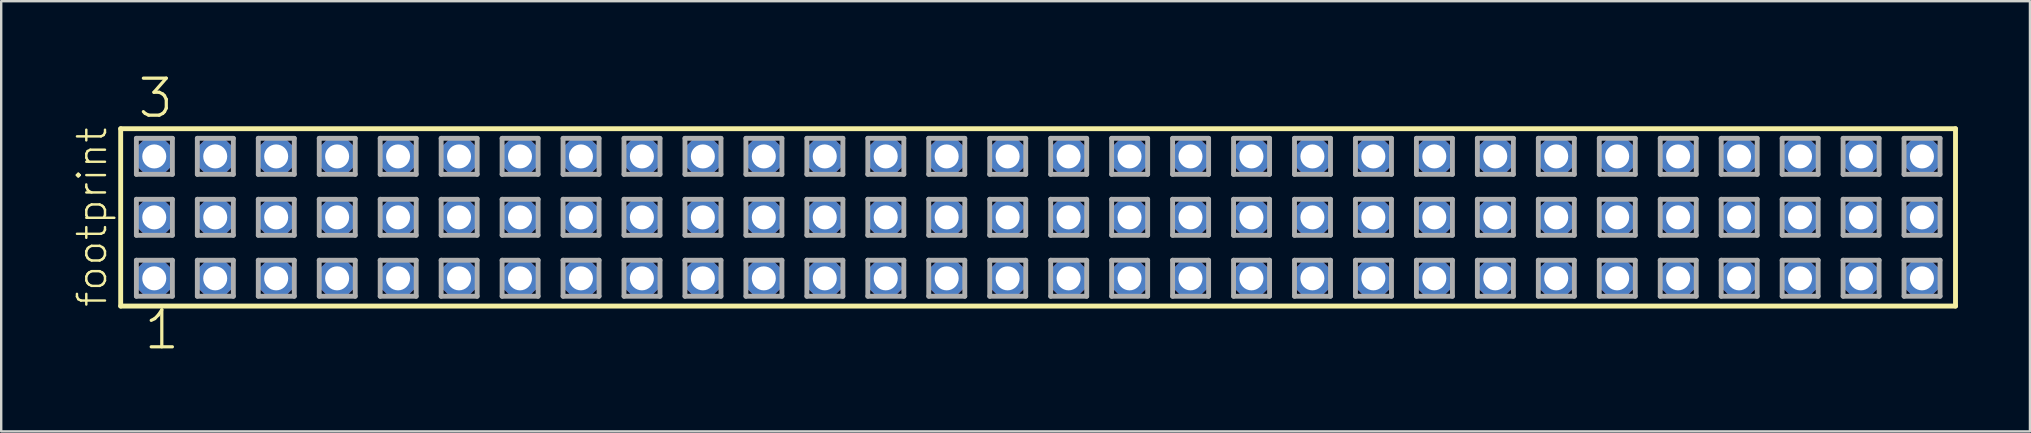
<source format=kicad_pcb>
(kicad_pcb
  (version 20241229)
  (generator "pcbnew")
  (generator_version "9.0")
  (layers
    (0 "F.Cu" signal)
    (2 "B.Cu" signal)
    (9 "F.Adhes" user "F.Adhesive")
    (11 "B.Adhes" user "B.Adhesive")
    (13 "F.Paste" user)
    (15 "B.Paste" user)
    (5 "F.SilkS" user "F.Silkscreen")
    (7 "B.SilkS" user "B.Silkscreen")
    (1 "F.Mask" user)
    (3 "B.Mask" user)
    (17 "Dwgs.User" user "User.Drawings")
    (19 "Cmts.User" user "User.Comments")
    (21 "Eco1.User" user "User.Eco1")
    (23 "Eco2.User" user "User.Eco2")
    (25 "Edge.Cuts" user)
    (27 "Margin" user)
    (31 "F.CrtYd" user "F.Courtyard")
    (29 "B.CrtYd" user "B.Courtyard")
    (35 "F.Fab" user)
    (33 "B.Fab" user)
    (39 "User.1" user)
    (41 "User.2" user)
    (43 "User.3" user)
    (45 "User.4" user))
  (footprint "footprint"
    (layer "F.Cu")
    (at 40.208 6.009)
    (property "Reference" "footprint" (at -38.735 3.81 90) (layer "F.SilkS") (effects (font (size 1.168 1.168) (thickness 0.102)) (justify left bottom)))
    (fp_line (start -38.229 -3.695) (end 38.229 -3.695) (stroke (width 0.203) (type solid)) (layer "F.SilkS"))
    (fp_line (start -38.229 3.695) (end -38.229 -3.695) (stroke (width 0.203) (type solid)) (layer "F.SilkS"))
    (fp_line (start 38.229 -3.695) (end 38.229 3.695) (stroke (width 0.203) (type solid)) (layer "F.SilkS"))
    (fp_line (start 38.229 3.695) (end -38.229 3.695) (stroke (width 0.203) (type solid)) (layer "F.SilkS"))
    (fp_line (start -37.575 -3.295) (end -36.075 -3.295) (stroke (width 0.203) (type solid)) (layer "F.Fab"))
    (fp_line (start -37.575 -1.795) (end -37.575 -3.295) (stroke (width 0.203) (type solid)) (layer "F.Fab"))
    (fp_line (start -37.575 -0.755) (end -36.075 -0.755) (stroke (width 0.203) (type solid)) (layer "F.Fab"))
    (fp_line (start -37.575 0.745) (end -37.575 -0.755) (stroke (width 0.203) (type solid)) (layer "F.Fab"))
    (fp_line (start -37.575 1.785) (end -36.075 1.785) (stroke (width 0.203) (type solid)) (layer "F.Fab"))
    (fp_line (start -37.575 3.285) (end -37.575 1.785) (stroke (width 0.203) (type solid)) (layer "F.Fab"))
    (fp_line (start -36.075 -3.295) (end -36.075 -1.795) (stroke (width 0.203) (type solid)) (layer "F.Fab"))
    (fp_line (start -36.075 -1.795) (end -37.575 -1.795) (stroke (width 0.203) (type solid)) (layer "F.Fab"))
    (fp_line (start -36.075 -0.755) (end -36.075 0.745) (stroke (width 0.203) (type solid)) (layer "F.Fab"))
    (fp_line (start -36.075 0.745) (end -37.575 0.745) (stroke (width 0.203) (type solid)) (layer "F.Fab"))
    (fp_line (start -36.075 1.785) (end -36.075 3.285) (stroke (width 0.203) (type solid)) (layer "F.Fab"))
    (fp_line (start -36.075 3.285) (end -37.575 3.285) (stroke (width 0.203) (type solid)) (layer "F.Fab"))
    (fp_line (start -35.035 -3.295) (end -33.535 -3.295) (stroke (width 0.203) (type solid)) (layer "F.Fab"))
    (fp_line (start -35.035 -1.795) (end -35.035 -3.295) (stroke (width 0.203) (type solid)) (layer "F.Fab"))
    (fp_line (start -35.035 -0.755) (end -33.535 -0.755) (stroke (width 0.203) (type solid)) (layer "F.Fab"))
    (fp_line (start -35.035 0.745) (end -35.035 -0.755) (stroke (width 0.203) (type solid)) (layer "F.Fab"))
    (fp_line (start -35.035 1.785) (end -33.535 1.785) (stroke (width 0.203) (type solid)) (layer "F.Fab"))
    (fp_line (start -35.035 3.285) (end -35.035 1.785) (stroke (width 0.203) (type solid)) (layer "F.Fab"))
    (fp_line (start -33.535 -3.295) (end -33.535 -1.795) (stroke (width 0.203) (type solid)) (layer "F.Fab"))
    (fp_line (start -33.535 -1.795) (end -35.035 -1.795) (stroke (width 0.203) (type solid)) (layer "F.Fab"))
    (fp_line (start -33.535 -0.755) (end -33.535 0.745) (stroke (width 0.203) (type solid)) (layer "F.Fab"))
    (fp_line (start -33.535 0.745) (end -35.035 0.745) (stroke (width 0.203) (type solid)) (layer "F.Fab"))
    (fp_line (start -33.535 1.785) (end -33.535 3.285) (stroke (width 0.203) (type solid)) (layer "F.Fab"))
    (fp_line (start -33.535 3.285) (end -35.035 3.285) (stroke (width 0.203) (type solid)) (layer "F.Fab"))
    (fp_line (start -32.495 -3.295) (end -30.995 -3.295) (stroke (width 0.203) (type solid)) (layer "F.Fab"))
    (fp_line (start -32.495 -1.795) (end -32.495 -3.295) (stroke (width 0.203) (type solid)) (layer "F.Fab"))
    (fp_line (start -32.495 -0.755) (end -30.995 -0.755) (stroke (width 0.203) (type solid)) (layer "F.Fab"))
    (fp_line (start -32.495 0.745) (end -32.495 -0.755) (stroke (width 0.203) (type solid)) (layer "F.Fab"))
    (fp_line (start -32.495 1.785) (end -30.995 1.785) (stroke (width 0.203) (type solid)) (layer "F.Fab"))
    (fp_line (start -32.495 3.285) (end -32.495 1.785) (stroke (width 0.203) (type solid)) (layer "F.Fab"))
    (fp_line (start -30.995 -3.295) (end -30.995 -1.795) (stroke (width 0.203) (type solid)) (layer "F.Fab"))
    (fp_line (start -30.995 -1.795) (end -32.495 -1.795) (stroke (width 0.203) (type solid)) (layer "F.Fab"))
    (fp_line (start -30.995 -0.755) (end -30.995 0.745) (stroke (width 0.203) (type solid)) (layer "F.Fab"))
    (fp_line (start -30.995 0.745) (end -32.495 0.745) (stroke (width 0.203) (type solid)) (layer "F.Fab"))
    (fp_line (start -30.995 1.785) (end -30.995 3.285) (stroke (width 0.203) (type solid)) (layer "F.Fab"))
    (fp_line (start -30.995 3.285) (end -32.495 3.285) (stroke (width 0.203) (type solid)) (layer "F.Fab"))
    (fp_line (start -29.955 -3.295) (end -28.455 -3.295) (stroke (width 0.203) (type solid)) (layer "F.Fab"))
    (fp_line (start -29.955 -1.795) (end -29.955 -3.295) (stroke (width 0.203) (type solid)) (layer "F.Fab"))
    (fp_line (start -29.955 -0.755) (end -28.455 -0.755) (stroke (width 0.203) (type solid)) (layer "F.Fab"))
    (fp_line (start -29.955 0.745) (end -29.955 -0.755) (stroke (width 0.203) (type solid)) (layer "F.Fab"))
    (fp_line (start -29.955 1.785) (end -28.455 1.785) (stroke (width 0.203) (type solid)) (layer "F.Fab"))
    (fp_line (start -29.955 3.285) (end -29.955 1.785) (stroke (width 0.203) (type solid)) (layer "F.Fab"))
    (fp_line (start -28.455 -3.295) (end -28.455 -1.795) (stroke (width 0.203) (type solid)) (layer "F.Fab"))
    (fp_line (start -28.455 -1.795) (end -29.955 -1.795) (stroke (width 0.203) (type solid)) (layer "F.Fab"))
    (fp_line (start -28.455 -0.755) (end -28.455 0.745) (stroke (width 0.203) (type solid)) (layer "F.Fab"))
    (fp_line (start -28.455 0.745) (end -29.955 0.745) (stroke (width 0.203) (type solid)) (layer "F.Fab"))
    (fp_line (start -28.455 1.785) (end -28.455 3.285) (stroke (width 0.203) (type solid)) (layer "F.Fab"))
    (fp_line (start -28.455 3.285) (end -29.955 3.285) (stroke (width 0.203) (type solid)) (layer "F.Fab"))
    (fp_line (start -27.415 -3.295) (end -25.915 -3.295) (stroke (width 0.203) (type solid)) (layer "F.Fab"))
    (fp_line (start -27.415 -1.795) (end -27.415 -3.295) (stroke (width 0.203) (type solid)) (layer "F.Fab"))
    (fp_line (start -27.415 -0.755) (end -25.915 -0.755) (stroke (width 0.203) (type solid)) (layer "F.Fab"))
    (fp_line (start -27.415 0.745) (end -27.415 -0.755) (stroke (width 0.203) (type solid)) (layer "F.Fab"))
    (fp_line (start -27.415 1.785) (end -25.915 1.785) (stroke (width 0.203) (type solid)) (layer "F.Fab"))
    (fp_line (start -27.415 3.285) (end -27.415 1.785) (stroke (width 0.203) (type solid)) (layer "F.Fab"))
    (fp_line (start -25.915 -3.295) (end -25.915 -1.795) (stroke (width 0.203) (type solid)) (layer "F.Fab"))
    (fp_line (start -25.915 -1.795) (end -27.415 -1.795) (stroke (width 0.203) (type solid)) (layer "F.Fab"))
    (fp_line (start -25.915 -0.755) (end -25.915 0.745) (stroke (width 0.203) (type solid)) (layer "F.Fab"))
    (fp_line (start -25.915 0.745) (end -27.415 0.745) (stroke (width 0.203) (type solid)) (layer "F.Fab"))
    (fp_line (start -25.915 1.785) (end -25.915 3.285) (stroke (width 0.203) (type solid)) (layer "F.Fab"))
    (fp_line (start -25.915 3.285) (end -27.415 3.285) (stroke (width 0.203) (type solid)) (layer "F.Fab"))
    (fp_line (start -24.875 -3.295) (end -23.375 -3.295) (stroke (width 0.203) (type solid)) (layer "F.Fab"))
    (fp_line (start -24.875 -1.795) (end -24.875 -3.295) (stroke (width 0.203) (type solid)) (layer "F.Fab"))
    (fp_line (start -24.875 -0.755) (end -23.375 -0.755) (stroke (width 0.203) (type solid)) (layer "F.Fab"))
    (fp_line (start -24.875 0.745) (end -24.875 -0.755) (stroke (width 0.203) (type solid)) (layer "F.Fab"))
    (fp_line (start -24.875 1.785) (end -23.375 1.785) (stroke (width 0.203) (type solid)) (layer "F.Fab"))
    (fp_line (start -24.875 3.285) (end -24.875 1.785) (stroke (width 0.203) (type solid)) (layer "F.Fab"))
    (fp_line (start -23.375 -3.295) (end -23.375 -1.795) (stroke (width 0.203) (type solid)) (layer "F.Fab"))
    (fp_line (start -23.375 -1.795) (end -24.875 -1.795) (stroke (width 0.203) (type solid)) (layer "F.Fab"))
    (fp_line (start -23.375 -0.755) (end -23.375 0.745) (stroke (width 0.203) (type solid)) (layer "F.Fab"))
    (fp_line (start -23.375 0.745) (end -24.875 0.745) (stroke (width 0.203) (type solid)) (layer "F.Fab"))
    (fp_line (start -23.375 1.785) (end -23.375 3.285) (stroke (width 0.203) (type solid)) (layer "F.Fab"))
    (fp_line (start -23.375 3.285) (end -24.875 3.285) (stroke (width 0.203) (type solid)) (layer "F.Fab"))
    (fp_line (start -22.335 -3.295) (end -20.835 -3.295) (stroke (width 0.203) (type solid)) (layer "F.Fab"))
    (fp_line (start -22.335 -1.795) (end -22.335 -3.295) (stroke (width 0.203) (type solid)) (layer "F.Fab"))
    (fp_line (start -22.335 -0.755) (end -20.835 -0.755) (stroke (width 0.203) (type solid)) (layer "F.Fab"))
    (fp_line (start -22.335 0.745) (end -22.335 -0.755) (stroke (width 0.203) (type solid)) (layer "F.Fab"))
    (fp_line (start -22.335 1.785) (end -20.835 1.785) (stroke (width 0.203) (type solid)) (layer "F.Fab"))
    (fp_line (start -22.335 3.285) (end -22.335 1.785) (stroke (width 0.203) (type solid)) (layer "F.Fab"))
    (fp_line (start -20.835 -3.295) (end -20.835 -1.795) (stroke (width 0.203) (type solid)) (layer "F.Fab"))
    (fp_line (start -20.835 -1.795) (end -22.335 -1.795) (stroke (width 0.203) (type solid)) (layer "F.Fab"))
    (fp_line (start -20.835 -0.755) (end -20.835 0.745) (stroke (width 0.203) (type solid)) (layer "F.Fab"))
    (fp_line (start -20.835 0.745) (end -22.335 0.745) (stroke (width 0.203) (type solid)) (layer "F.Fab"))
    (fp_line (start -20.835 1.785) (end -20.835 3.285) (stroke (width 0.203) (type solid)) (layer "F.Fab"))
    (fp_line (start -20.835 3.285) (end -22.335 3.285) (stroke (width 0.203) (type solid)) (layer "F.Fab"))
    (fp_line (start -19.795 -3.295) (end -18.295 -3.295) (stroke (width 0.203) (type solid)) (layer "F.Fab"))
    (fp_line (start -19.795 -1.795) (end -19.795 -3.295) (stroke (width 0.203) (type solid)) (layer "F.Fab"))
    (fp_line (start -19.795 -0.755) (end -18.295 -0.755) (stroke (width 0.203) (type solid)) (layer "F.Fab"))
    (fp_line (start -19.795 0.745) (end -19.795 -0.755) (stroke (width 0.203) (type solid)) (layer "F.Fab"))
    (fp_line (start -19.795 1.785) (end -18.295 1.785) (stroke (width 0.203) (type solid)) (layer "F.Fab"))
    (fp_line (start -19.795 3.285) (end -19.795 1.785) (stroke (width 0.203) (type solid)) (layer "F.Fab"))
    (fp_line (start -18.295 -3.295) (end -18.295 -1.795) (stroke (width 0.203) (type solid)) (layer "F.Fab"))
    (fp_line (start -18.295 -1.795) (end -19.795 -1.795) (stroke (width 0.203) (type solid)) (layer "F.Fab"))
    (fp_line (start -18.295 -0.755) (end -18.295 0.745) (stroke (width 0.203) (type solid)) (layer "F.Fab"))
    (fp_line (start -18.295 0.745) (end -19.795 0.745) (stroke (width 0.203) (type solid)) (layer "F.Fab"))
    (fp_line (start -18.295 1.785) (end -18.295 3.285) (stroke (width 0.203) (type solid)) (layer "F.Fab"))
    (fp_line (start -18.295 3.285) (end -19.795 3.285) (stroke (width 0.203) (type solid)) (layer "F.Fab"))
    (fp_line (start -17.255 -3.295) (end -15.755 -3.295) (stroke (width 0.203) (type solid)) (layer "F.Fab"))
    (fp_line (start -17.255 -1.795) (end -17.255 -3.295) (stroke (width 0.203) (type solid)) (layer "F.Fab"))
    (fp_line (start -17.255 -0.755) (end -15.755 -0.755) (stroke (width 0.203) (type solid)) (layer "F.Fab"))
    (fp_line (start -17.255 0.745) (end -17.255 -0.755) (stroke (width 0.203) (type solid)) (layer "F.Fab"))
    (fp_line (start -17.255 1.785) (end -15.755 1.785) (stroke (width 0.203) (type solid)) (layer "F.Fab"))
    (fp_line (start -17.255 3.285) (end -17.255 1.785) (stroke (width 0.203) (type solid)) (layer "F.Fab"))
    (fp_line (start -15.755 -3.295) (end -15.755 -1.795) (stroke (width 0.203) (type solid)) (layer "F.Fab"))
    (fp_line (start -15.755 -1.795) (end -17.255 -1.795) (stroke (width 0.203) (type solid)) (layer "F.Fab"))
    (fp_line (start -15.755 -0.755) (end -15.755 0.745) (stroke (width 0.203) (type solid)) (layer "F.Fab"))
    (fp_line (start -15.755 0.745) (end -17.255 0.745) (stroke (width 0.203) (type solid)) (layer "F.Fab"))
    (fp_line (start -15.755 1.785) (end -15.755 3.285) (stroke (width 0.203) (type solid)) (layer "F.Fab"))
    (fp_line (start -15.755 3.285) (end -17.255 3.285) (stroke (width 0.203) (type solid)) (layer "F.Fab"))
    (fp_line (start -14.715 -3.295) (end -13.215 -3.295) (stroke (width 0.203) (type solid)) (layer "F.Fab"))
    (fp_line (start -14.715 -1.795) (end -14.715 -3.295) (stroke (width 0.203) (type solid)) (layer "F.Fab"))
    (fp_line (start -14.715 -0.755) (end -13.215 -0.755) (stroke (width 0.203) (type solid)) (layer "F.Fab"))
    (fp_line (start -14.715 0.745) (end -14.715 -0.755) (stroke (width 0.203) (type solid)) (layer "F.Fab"))
    (fp_line (start -14.715 1.785) (end -13.215 1.785) (stroke (width 0.203) (type solid)) (layer "F.Fab"))
    (fp_line (start -14.715 3.285) (end -14.715 1.785) (stroke (width 0.203) (type solid)) (layer "F.Fab"))
    (fp_line (start -13.215 -3.295) (end -13.215 -1.795) (stroke (width 0.203) (type solid)) (layer "F.Fab"))
    (fp_line (start -13.215 -1.795) (end -14.715 -1.795) (stroke (width 0.203) (type solid)) (layer "F.Fab"))
    (fp_line (start -13.215 -0.755) (end -13.215 0.745) (stroke (width 0.203) (type solid)) (layer "F.Fab"))
    (fp_line (start -13.215 0.745) (end -14.715 0.745) (stroke (width 0.203) (type solid)) (layer "F.Fab"))
    (fp_line (start -13.215 1.785) (end -13.215 3.285) (stroke (width 0.203) (type solid)) (layer "F.Fab"))
    (fp_line (start -13.215 3.285) (end -14.715 3.285) (stroke (width 0.203) (type solid)) (layer "F.Fab"))
    (fp_line (start -12.175 -3.295) (end -10.675 -3.295) (stroke (width 0.203) (type solid)) (layer "F.Fab"))
    (fp_line (start -12.175 -1.795) (end -12.175 -3.295) (stroke (width 0.203) (type solid)) (layer "F.Fab"))
    (fp_line (start -12.175 -0.755) (end -10.675 -0.755) (stroke (width 0.203) (type solid)) (layer "F.Fab"))
    (fp_line (start -12.175 0.745) (end -12.175 -0.755) (stroke (width 0.203) (type solid)) (layer "F.Fab"))
    (fp_line (start -12.175 1.785) (end -10.675 1.785) (stroke (width 0.203) (type solid)) (layer "F.Fab"))
    (fp_line (start -12.175 3.285) (end -12.175 1.785) (stroke (width 0.203) (type solid)) (layer "F.Fab"))
    (fp_line (start -10.675 -3.295) (end -10.675 -1.795) (stroke (width 0.203) (type solid)) (layer "F.Fab"))
    (fp_line (start -10.675 -1.795) (end -12.175 -1.795) (stroke (width 0.203) (type solid)) (layer "F.Fab"))
    (fp_line (start -10.675 -0.755) (end -10.675 0.745) (stroke (width 0.203) (type solid)) (layer "F.Fab"))
    (fp_line (start -10.675 0.745) (end -12.175 0.745) (stroke (width 0.203) (type solid)) (layer "F.Fab"))
    (fp_line (start -10.675 1.785) (end -10.675 3.285) (stroke (width 0.203) (type solid)) (layer "F.Fab"))
    (fp_line (start -10.675 3.285) (end -12.175 3.285) (stroke (width 0.203) (type solid)) (layer "F.Fab"))
    (fp_line (start -9.635 -3.295) (end -8.135 -3.295) (stroke (width 0.203) (type solid)) (layer "F.Fab"))
    (fp_line (start -9.635 -1.795) (end -9.635 -3.295) (stroke (width 0.203) (type solid)) (layer "F.Fab"))
    (fp_line (start -9.635 -0.755) (end -8.135 -0.755) (stroke (width 0.203) (type solid)) (layer "F.Fab"))
    (fp_line (start -9.635 0.745) (end -9.635 -0.755) (stroke (width 0.203) (type solid)) (layer "F.Fab"))
    (fp_line (start -9.635 1.785) (end -8.135 1.785) (stroke (width 0.203) (type solid)) (layer "F.Fab"))
    (fp_line (start -9.635 3.285) (end -9.635 1.785) (stroke (width 0.203) (type solid)) (layer "F.Fab"))
    (fp_line (start -8.135 -3.295) (end -8.135 -1.795) (stroke (width 0.203) (type solid)) (layer "F.Fab"))
    (fp_line (start -8.135 -1.795) (end -9.635 -1.795) (stroke (width 0.203) (type solid)) (layer "F.Fab"))
    (fp_line (start -8.135 -0.755) (end -8.135 0.745) (stroke (width 0.203) (type solid)) (layer "F.Fab"))
    (fp_line (start -8.135 0.745) (end -9.635 0.745) (stroke (width 0.203) (type solid)) (layer "F.Fab"))
    (fp_line (start -8.135 1.785) (end -8.135 3.285) (stroke (width 0.203) (type solid)) (layer "F.Fab"))
    (fp_line (start -8.135 3.285) (end -9.635 3.285) (stroke (width 0.203) (type solid)) (layer "F.Fab"))
    (fp_line (start -7.095 -3.295) (end -5.595 -3.295) (stroke (width 0.203) (type solid)) (layer "F.Fab"))
    (fp_line (start -7.095 -1.795) (end -7.095 -3.295) (stroke (width 0.203) (type solid)) (layer "F.Fab"))
    (fp_line (start -7.095 -0.755) (end -5.595 -0.755) (stroke (width 0.203) (type solid)) (layer "F.Fab"))
    (fp_line (start -7.095 0.745) (end -7.095 -0.755) (stroke (width 0.203) (type solid)) (layer "F.Fab"))
    (fp_line (start -7.095 1.785) (end -5.595 1.785) (stroke (width 0.203) (type solid)) (layer "F.Fab"))
    (fp_line (start -7.095 3.285) (end -7.095 1.785) (stroke (width 0.203) (type solid)) (layer "F.Fab"))
    (fp_line (start -5.595 -3.295) (end -5.595 -1.795) (stroke (width 0.203) (type solid)) (layer "F.Fab"))
    (fp_line (start -5.595 -1.795) (end -7.095 -1.795) (stroke (width 0.203) (type solid)) (layer "F.Fab"))
    (fp_line (start -5.595 -0.755) (end -5.595 0.745) (stroke (width 0.203) (type solid)) (layer "F.Fab"))
    (fp_line (start -5.595 0.745) (end -7.095 0.745) (stroke (width 0.203) (type solid)) (layer "F.Fab"))
    (fp_line (start -5.595 1.785) (end -5.595 3.285) (stroke (width 0.203) (type solid)) (layer "F.Fab"))
    (fp_line (start -5.595 3.285) (end -7.095 3.285) (stroke (width 0.203) (type solid)) (layer "F.Fab"))
    (fp_line (start -4.555 -3.295) (end -3.055 -3.295) (stroke (width 0.203) (type solid)) (layer "F.Fab"))
    (fp_line (start -4.555 -1.795) (end -4.555 -3.295) (stroke (width 0.203) (type solid)) (layer "F.Fab"))
    (fp_line (start -4.555 -0.755) (end -3.055 -0.755) (stroke (width 0.203) (type solid)) (layer "F.Fab"))
    (fp_line (start -4.555 0.745) (end -4.555 -0.755) (stroke (width 0.203) (type solid)) (layer "F.Fab"))
    (fp_line (start -4.555 1.785) (end -3.055 1.785) (stroke (width 0.203) (type solid)) (layer "F.Fab"))
    (fp_line (start -4.555 3.285) (end -4.555 1.785) (stroke (width 0.203) (type solid)) (layer "F.Fab"))
    (fp_line (start -3.055 -3.295) (end -3.055 -1.795) (stroke (width 0.203) (type solid)) (layer "F.Fab"))
    (fp_line (start -3.055 -1.795) (end -4.555 -1.795) (stroke (width 0.203) (type solid)) (layer "F.Fab"))
    (fp_line (start -3.055 -0.755) (end -3.055 0.745) (stroke (width 0.203) (type solid)) (layer "F.Fab"))
    (fp_line (start -3.055 0.745) (end -4.555 0.745) (stroke (width 0.203) (type solid)) (layer "F.Fab"))
    (fp_line (start -3.055 1.785) (end -3.055 3.285) (stroke (width 0.203) (type solid)) (layer "F.Fab"))
    (fp_line (start -3.055 3.285) (end -4.555 3.285) (stroke (width 0.203) (type solid)) (layer "F.Fab"))
    (fp_line (start -2.015 -3.295) (end -0.515 -3.295) (stroke (width 0.203) (type solid)) (layer "F.Fab"))
    (fp_line (start -2.015 -1.795) (end -2.015 -3.295) (stroke (width 0.203) (type solid)) (layer "F.Fab"))
    (fp_line (start -2.015 -0.755) (end -0.515 -0.755) (stroke (width 0.203) (type solid)) (layer "F.Fab"))
    (fp_line (start -2.015 0.745) (end -2.015 -0.755) (stroke (width 0.203) (type solid)) (layer "F.Fab"))
    (fp_line (start -2.015 1.785) (end -0.515 1.785) (stroke (width 0.203) (type solid)) (layer "F.Fab"))
    (fp_line (start -2.015 3.285) (end -2.015 1.785) (stroke (width 0.203) (type solid)) (layer "F.Fab"))
    (fp_line (start -0.515 -3.295) (end -0.515 -1.795) (stroke (width 0.203) (type solid)) (layer "F.Fab"))
    (fp_line (start -0.515 -1.795) (end -2.015 -1.795) (stroke (width 0.203) (type solid)) (layer "F.Fab"))
    (fp_line (start -0.515 -0.755) (end -0.515 0.745) (stroke (width 0.203) (type solid)) (layer "F.Fab"))
    (fp_line (start -0.515 0.745) (end -2.015 0.745) (stroke (width 0.203) (type solid)) (layer "F.Fab"))
    (fp_line (start -0.515 1.785) (end -0.515 3.285) (stroke (width 0.203) (type solid)) (layer "F.Fab"))
    (fp_line (start -0.515 3.285) (end -2.015 3.285) (stroke (width 0.203) (type solid)) (layer "F.Fab"))
    (fp_line (start 0.525 -3.295) (end 2.025 -3.295) (stroke (width 0.203) (type solid)) (layer "F.Fab"))
    (fp_line (start 0.525 -1.795) (end 0.525 -3.295) (stroke (width 0.203) (type solid)) (layer "F.Fab"))
    (fp_line (start 0.525 -0.755) (end 2.025 -0.755) (stroke (width 0.203) (type solid)) (layer "F.Fab"))
    (fp_line (start 0.525 0.745) (end 0.525 -0.755) (stroke (width 0.203) (type solid)) (layer "F.Fab"))
    (fp_line (start 0.525 1.785) (end 2.025 1.785) (stroke (width 0.203) (type solid)) (layer "F.Fab"))
    (fp_line (start 0.525 3.285) (end 0.525 1.785) (stroke (width 0.203) (type solid)) (layer "F.Fab"))
    (fp_line (start 2.025 -3.295) (end 2.025 -1.795) (stroke (width 0.203) (type solid)) (layer "F.Fab"))
    (fp_line (start 2.025 -1.795) (end 0.525 -1.795) (stroke (width 0.203) (type solid)) (layer "F.Fab"))
    (fp_line (start 2.025 -0.755) (end 2.025 0.745) (stroke (width 0.203) (type solid)) (layer "F.Fab"))
    (fp_line (start 2.025 0.745) (end 0.525 0.745) (stroke (width 0.203) (type solid)) (layer "F.Fab"))
    (fp_line (start 2.025 1.785) (end 2.025 3.285) (stroke (width 0.203) (type solid)) (layer "F.Fab"))
    (fp_line (start 2.025 3.285) (end 0.525 3.285) (stroke (width 0.203) (type solid)) (layer "F.Fab"))
    (fp_line (start 3.065 -3.295) (end 4.565 -3.295) (stroke (width 0.203) (type solid)) (layer "F.Fab"))
    (fp_line (start 3.065 -1.795) (end 3.065 -3.295) (stroke (width 0.203) (type solid)) (layer "F.Fab"))
    (fp_line (start 3.065 -0.755) (end 4.565 -0.755) (stroke (width 0.203) (type solid)) (layer "F.Fab"))
    (fp_line (start 3.065 0.745) (end 3.065 -0.755) (stroke (width 0.203) (type solid)) (layer "F.Fab"))
    (fp_line (start 3.065 1.785) (end 4.565 1.785) (stroke (width 0.203) (type solid)) (layer "F.Fab"))
    (fp_line (start 3.065 3.285) (end 3.065 1.785) (stroke (width 0.203) (type solid)) (layer "F.Fab"))
    (fp_line (start 4.565 -3.295) (end 4.565 -1.795) (stroke (width 0.203) (type solid)) (layer "F.Fab"))
    (fp_line (start 4.565 -1.795) (end 3.065 -1.795) (stroke (width 0.203) (type solid)) (layer "F.Fab"))
    (fp_line (start 4.565 -0.755) (end 4.565 0.745) (stroke (width 0.203) (type solid)) (layer "F.Fab"))
    (fp_line (start 4.565 0.745) (end 3.065 0.745) (stroke (width 0.203) (type solid)) (layer "F.Fab"))
    (fp_line (start 4.565 1.785) (end 4.565 3.285) (stroke (width 0.203) (type solid)) (layer "F.Fab"))
    (fp_line (start 4.565 3.285) (end 3.065 3.285) (stroke (width 0.203) (type solid)) (layer "F.Fab"))
    (fp_line (start 5.605 -3.295) (end 7.105 -3.295) (stroke (width 0.203) (type solid)) (layer "F.Fab"))
    (fp_line (start 5.605 -1.795) (end 5.605 -3.295) (stroke (width 0.203) (type solid)) (layer "F.Fab"))
    (fp_line (start 5.605 -0.755) (end 7.105 -0.755) (stroke (width 0.203) (type solid)) (layer "F.Fab"))
    (fp_line (start 5.605 0.745) (end 5.605 -0.755) (stroke (width 0.203) (type solid)) (layer "F.Fab"))
    (fp_line (start 5.605 1.785) (end 7.105 1.785) (stroke (width 0.203) (type solid)) (layer "F.Fab"))
    (fp_line (start 5.605 3.285) (end 5.605 1.785) (stroke (width 0.203) (type solid)) (layer "F.Fab"))
    (fp_line (start 7.105 -3.295) (end 7.105 -1.795) (stroke (width 0.203) (type solid)) (layer "F.Fab"))
    (fp_line (start 7.105 -1.795) (end 5.605 -1.795) (stroke (width 0.203) (type solid)) (layer "F.Fab"))
    (fp_line (start 7.105 -0.755) (end 7.105 0.745) (stroke (width 0.203) (type solid)) (layer "F.Fab"))
    (fp_line (start 7.105 0.745) (end 5.605 0.745) (stroke (width 0.203) (type solid)) (layer "F.Fab"))
    (fp_line (start 7.105 1.785) (end 7.105 3.285) (stroke (width 0.203) (type solid)) (layer "F.Fab"))
    (fp_line (start 7.105 3.285) (end 5.605 3.285) (stroke (width 0.203) (type solid)) (layer "F.Fab"))
    (fp_line (start 8.145 -3.295) (end 9.645 -3.295) (stroke (width 0.203) (type solid)) (layer "F.Fab"))
    (fp_line (start 8.145 -1.795) (end 8.145 -3.295) (stroke (width 0.203) (type solid)) (layer "F.Fab"))
    (fp_line (start 8.145 -0.755) (end 9.645 -0.755) (stroke (width 0.203) (type solid)) (layer "F.Fab"))
    (fp_line (start 8.145 0.745) (end 8.145 -0.755) (stroke (width 0.203) (type solid)) (layer "F.Fab"))
    (fp_line (start 8.145 1.785) (end 9.645 1.785) (stroke (width 0.203) (type solid)) (layer "F.Fab"))
    (fp_line (start 8.145 3.285) (end 8.145 1.785) (stroke (width 0.203) (type solid)) (layer "F.Fab"))
    (fp_line (start 9.645 -3.295) (end 9.645 -1.795) (stroke (width 0.203) (type solid)) (layer "F.Fab"))
    (fp_line (start 9.645 -1.795) (end 8.145 -1.795) (stroke (width 0.203) (type solid)) (layer "F.Fab"))
    (fp_line (start 9.645 -0.755) (end 9.645 0.745) (stroke (width 0.203) (type solid)) (layer "F.Fab"))
    (fp_line (start 9.645 0.745) (end 8.145 0.745) (stroke (width 0.203) (type solid)) (layer "F.Fab"))
    (fp_line (start 9.645 1.785) (end 9.645 3.285) (stroke (width 0.203) (type solid)) (layer "F.Fab"))
    (fp_line (start 9.645 3.285) (end 8.145 3.285) (stroke (width 0.203) (type solid)) (layer "F.Fab"))
    (fp_line (start 10.685 -3.295) (end 12.185 -3.295) (stroke (width 0.203) (type solid)) (layer "F.Fab"))
    (fp_line (start 10.685 -1.795) (end 10.685 -3.295) (stroke (width 0.203) (type solid)) (layer "F.Fab"))
    (fp_line (start 10.685 -0.755) (end 12.185 -0.755) (stroke (width 0.203) (type solid)) (layer "F.Fab"))
    (fp_line (start 10.685 0.745) (end 10.685 -0.755) (stroke (width 0.203) (type solid)) (layer "F.Fab"))
    (fp_line (start 10.685 1.785) (end 12.185 1.785) (stroke (width 0.203) (type solid)) (layer "F.Fab"))
    (fp_line (start 10.685 3.285) (end 10.685 1.785) (stroke (width 0.203) (type solid)) (layer "F.Fab"))
    (fp_line (start 12.185 -3.295) (end 12.185 -1.795) (stroke (width 0.203) (type solid)) (layer "F.Fab"))
    (fp_line (start 12.185 -1.795) (end 10.685 -1.795) (stroke (width 0.203) (type solid)) (layer "F.Fab"))
    (fp_line (start 12.185 -0.755) (end 12.185 0.745) (stroke (width 0.203) (type solid)) (layer "F.Fab"))
    (fp_line (start 12.185 0.745) (end 10.685 0.745) (stroke (width 0.203) (type solid)) (layer "F.Fab"))
    (fp_line (start 12.185 1.785) (end 12.185 3.285) (stroke (width 0.203) (type solid)) (layer "F.Fab"))
    (fp_line (start 12.185 3.285) (end 10.685 3.285) (stroke (width 0.203) (type solid)) (layer "F.Fab"))
    (fp_line (start 13.225 -3.295) (end 14.725 -3.295) (stroke (width 0.203) (type solid)) (layer "F.Fab"))
    (fp_line (start 13.225 -1.795) (end 13.225 -3.295) (stroke (width 0.203) (type solid)) (layer "F.Fab"))
    (fp_line (start 13.225 -0.755) (end 14.725 -0.755) (stroke (width 0.203) (type solid)) (layer "F.Fab"))
    (fp_line (start 13.225 0.745) (end 13.225 -0.755) (stroke (width 0.203) (type solid)) (layer "F.Fab"))
    (fp_line (start 13.225 1.785) (end 14.725 1.785) (stroke (width 0.203) (type solid)) (layer "F.Fab"))
    (fp_line (start 13.225 3.285) (end 13.225 1.785) (stroke (width 0.203) (type solid)) (layer "F.Fab"))
    (fp_line (start 14.725 -3.295) (end 14.725 -1.795) (stroke (width 0.203) (type solid)) (layer "F.Fab"))
    (fp_line (start 14.725 -1.795) (end 13.225 -1.795) (stroke (width 0.203) (type solid)) (layer "F.Fab"))
    (fp_line (start 14.725 -0.755) (end 14.725 0.745) (stroke (width 0.203) (type solid)) (layer "F.Fab"))
    (fp_line (start 14.725 0.745) (end 13.225 0.745) (stroke (width 0.203) (type solid)) (layer "F.Fab"))
    (fp_line (start 14.725 1.785) (end 14.725 3.285) (stroke (width 0.203) (type solid)) (layer "F.Fab"))
    (fp_line (start 14.725 3.285) (end 13.225 3.285) (stroke (width 0.203) (type solid)) (layer "F.Fab"))
    (fp_line (start 15.765 -3.295) (end 17.265 -3.295) (stroke (width 0.203) (type solid)) (layer "F.Fab"))
    (fp_line (start 15.765 -1.795) (end 15.765 -3.295) (stroke (width 0.203) (type solid)) (layer "F.Fab"))
    (fp_line (start 15.765 -0.755) (end 17.265 -0.755) (stroke (width 0.203) (type solid)) (layer "F.Fab"))
    (fp_line (start 15.765 0.745) (end 15.765 -0.755) (stroke (width 0.203) (type solid)) (layer "F.Fab"))
    (fp_line (start 15.765 1.785) (end 17.265 1.785) (stroke (width 0.203) (type solid)) (layer "F.Fab"))
    (fp_line (start 15.765 3.285) (end 15.765 1.785) (stroke (width 0.203) (type solid)) (layer "F.Fab"))
    (fp_line (start 17.265 -3.295) (end 17.265 -1.795) (stroke (width 0.203) (type solid)) (layer "F.Fab"))
    (fp_line (start 17.265 -1.795) (end 15.765 -1.795) (stroke (width 0.203) (type solid)) (layer "F.Fab"))
    (fp_line (start 17.265 -0.755) (end 17.265 0.745) (stroke (width 0.203) (type solid)) (layer "F.Fab"))
    (fp_line (start 17.265 0.745) (end 15.765 0.745) (stroke (width 0.203) (type solid)) (layer "F.Fab"))
    (fp_line (start 17.265 1.785) (end 17.265 3.285) (stroke (width 0.203) (type solid)) (layer "F.Fab"))
    (fp_line (start 17.265 3.285) (end 15.765 3.285) (stroke (width 0.203) (type solid)) (layer "F.Fab"))
    (fp_line (start 18.305 -3.295) (end 19.805 -3.295) (stroke (width 0.203) (type solid)) (layer "F.Fab"))
    (fp_line (start 18.305 -1.795) (end 18.305 -3.295) (stroke (width 0.203) (type solid)) (layer "F.Fab"))
    (fp_line (start 18.305 -0.755) (end 19.805 -0.755) (stroke (width 0.203) (type solid)) (layer "F.Fab"))
    (fp_line (start 18.305 0.745) (end 18.305 -0.755) (stroke (width 0.203) (type solid)) (layer "F.Fab"))
    (fp_line (start 18.305 1.785) (end 19.805 1.785) (stroke (width 0.203) (type solid)) (layer "F.Fab"))
    (fp_line (start 18.305 3.285) (end 18.305 1.785) (stroke (width 0.203) (type solid)) (layer "F.Fab"))
    (fp_line (start 19.805 -3.295) (end 19.805 -1.795) (stroke (width 0.203) (type solid)) (layer "F.Fab"))
    (fp_line (start 19.805 -1.795) (end 18.305 -1.795) (stroke (width 0.203) (type solid)) (layer "F.Fab"))
    (fp_line (start 19.805 -0.755) (end 19.805 0.745) (stroke (width 0.203) (type solid)) (layer "F.Fab"))
    (fp_line (start 19.805 0.745) (end 18.305 0.745) (stroke (width 0.203) (type solid)) (layer "F.Fab"))
    (fp_line (start 19.805 1.785) (end 19.805 3.285) (stroke (width 0.203) (type solid)) (layer "F.Fab"))
    (fp_line (start 19.805 3.285) (end 18.305 3.285) (stroke (width 0.203) (type solid)) (layer "F.Fab"))
    (fp_line (start 20.845 -3.295) (end 22.345 -3.295) (stroke (width 0.203) (type solid)) (layer "F.Fab"))
    (fp_line (start 20.845 -1.795) (end 20.845 -3.295) (stroke (width 0.203) (type solid)) (layer "F.Fab"))
    (fp_line (start 20.845 -0.755) (end 22.345 -0.755) (stroke (width 0.203) (type solid)) (layer "F.Fab"))
    (fp_line (start 20.845 0.745) (end 20.845 -0.755) (stroke (width 0.203) (type solid)) (layer "F.Fab"))
    (fp_line (start 20.845 1.785) (end 22.345 1.785) (stroke (width 0.203) (type solid)) (layer "F.Fab"))
    (fp_line (start 20.845 3.285) (end 20.845 1.785) (stroke (width 0.203) (type solid)) (layer "F.Fab"))
    (fp_line (start 22.345 -3.295) (end 22.345 -1.795) (stroke (width 0.203) (type solid)) (layer "F.Fab"))
    (fp_line (start 22.345 -1.795) (end 20.845 -1.795) (stroke (width 0.203) (type solid)) (layer "F.Fab"))
    (fp_line (start 22.345 -0.755) (end 22.345 0.745) (stroke (width 0.203) (type solid)) (layer "F.Fab"))
    (fp_line (start 22.345 0.745) (end 20.845 0.745) (stroke (width 0.203) (type solid)) (layer "F.Fab"))
    (fp_line (start 22.345 1.785) (end 22.345 3.285) (stroke (width 0.203) (type solid)) (layer "F.Fab"))
    (fp_line (start 22.345 3.285) (end 20.845 3.285) (stroke (width 0.203) (type solid)) (layer "F.Fab"))
    (fp_line (start 23.385 -3.295) (end 24.885 -3.295) (stroke (width 0.203) (type solid)) (layer "F.Fab"))
    (fp_line (start 23.385 -1.795) (end 23.385 -3.295) (stroke (width 0.203) (type solid)) (layer "F.Fab"))
    (fp_line (start 23.385 -0.755) (end 24.885 -0.755) (stroke (width 0.203) (type solid)) (layer "F.Fab"))
    (fp_line (start 23.385 0.745) (end 23.385 -0.755) (stroke (width 0.203) (type solid)) (layer "F.Fab"))
    (fp_line (start 23.385 1.785) (end 24.885 1.785) (stroke (width 0.203) (type solid)) (layer "F.Fab"))
    (fp_line (start 23.385 3.285) (end 23.385 1.785) (stroke (width 0.203) (type solid)) (layer "F.Fab"))
    (fp_line (start 24.885 -3.295) (end 24.885 -1.795) (stroke (width 0.203) (type solid)) (layer "F.Fab"))
    (fp_line (start 24.885 -1.795) (end 23.385 -1.795) (stroke (width 0.203) (type solid)) (layer "F.Fab"))
    (fp_line (start 24.885 -0.755) (end 24.885 0.745) (stroke (width 0.203) (type solid)) (layer "F.Fab"))
    (fp_line (start 24.885 0.745) (end 23.385 0.745) (stroke (width 0.203) (type solid)) (layer "F.Fab"))
    (fp_line (start 24.885 1.785) (end 24.885 3.285) (stroke (width 0.203) (type solid)) (layer "F.Fab"))
    (fp_line (start 24.885 3.285) (end 23.385 3.285) (stroke (width 0.203) (type solid)) (layer "F.Fab"))
    (fp_line (start 25.925 -3.295) (end 27.425 -3.295) (stroke (width 0.203) (type solid)) (layer "F.Fab"))
    (fp_line (start 25.925 -1.795) (end 25.925 -3.295) (stroke (width 0.203) (type solid)) (layer "F.Fab"))
    (fp_line (start 25.925 -0.755) (end 27.425 -0.755) (stroke (width 0.203) (type solid)) (layer "F.Fab"))
    (fp_line (start 25.925 0.745) (end 25.925 -0.755) (stroke (width 0.203) (type solid)) (layer "F.Fab"))
    (fp_line (start 25.925 1.785) (end 27.425 1.785) (stroke (width 0.203) (type solid)) (layer "F.Fab"))
    (fp_line (start 25.925 3.285) (end 25.925 1.785) (stroke (width 0.203) (type solid)) (layer "F.Fab"))
    (fp_line (start 27.425 -3.295) (end 27.425 -1.795) (stroke (width 0.203) (type solid)) (layer "F.Fab"))
    (fp_line (start 27.425 -1.795) (end 25.925 -1.795) (stroke (width 0.203) (type solid)) (layer "F.Fab"))
    (fp_line (start 27.425 -0.755) (end 27.425 0.745) (stroke (width 0.203) (type solid)) (layer "F.Fab"))
    (fp_line (start 27.425 0.745) (end 25.925 0.745) (stroke (width 0.203) (type solid)) (layer "F.Fab"))
    (fp_line (start 27.425 1.785) (end 27.425 3.285) (stroke (width 0.203) (type solid)) (layer "F.Fab"))
    (fp_line (start 27.425 3.285) (end 25.925 3.285) (stroke (width 0.203) (type solid)) (layer "F.Fab"))
    (fp_line (start 28.465 -3.295) (end 29.965 -3.295) (stroke (width 0.203) (type solid)) (layer "F.Fab"))
    (fp_line (start 28.465 -1.795) (end 28.465 -3.295) (stroke (width 0.203) (type solid)) (layer "F.Fab"))
    (fp_line (start 28.465 -0.755) (end 29.965 -0.755) (stroke (width 0.203) (type solid)) (layer "F.Fab"))
    (fp_line (start 28.465 0.745) (end 28.465 -0.755) (stroke (width 0.203) (type solid)) (layer "F.Fab"))
    (fp_line (start 28.465 1.785) (end 29.965 1.785) (stroke (width 0.203) (type solid)) (layer "F.Fab"))
    (fp_line (start 28.465 3.285) (end 28.465 1.785) (stroke (width 0.203) (type solid)) (layer "F.Fab"))
    (fp_line (start 29.965 -3.295) (end 29.965 -1.795) (stroke (width 0.203) (type solid)) (layer "F.Fab"))
    (fp_line (start 29.965 -1.795) (end 28.465 -1.795) (stroke (width 0.203) (type solid)) (layer "F.Fab"))
    (fp_line (start 29.965 -0.755) (end 29.965 0.745) (stroke (width 0.203) (type solid)) (layer "F.Fab"))
    (fp_line (start 29.965 0.745) (end 28.465 0.745) (stroke (width 0.203) (type solid)) (layer "F.Fab"))
    (fp_line (start 29.965 1.785) (end 29.965 3.285) (stroke (width 0.203) (type solid)) (layer "F.Fab"))
    (fp_line (start 29.965 3.285) (end 28.465 3.285) (stroke (width 0.203) (type solid)) (layer "F.Fab"))
    (fp_line (start 31.005 -3.295) (end 32.505 -3.295) (stroke (width 0.203) (type solid)) (layer "F.Fab"))
    (fp_line (start 31.005 -1.795) (end 31.005 -3.295) (stroke (width 0.203) (type solid)) (layer "F.Fab"))
    (fp_line (start 31.005 -0.755) (end 32.505 -0.755) (stroke (width 0.203) (type solid)) (layer "F.Fab"))
    (fp_line (start 31.005 0.745) (end 31.005 -0.755) (stroke (width 0.203) (type solid)) (layer "F.Fab"))
    (fp_line (start 31.005 1.785) (end 32.505 1.785) (stroke (width 0.203) (type solid)) (layer "F.Fab"))
    (fp_line (start 31.005 3.285) (end 31.005 1.785) (stroke (width 0.203) (type solid)) (layer "F.Fab"))
    (fp_line (start 32.505 -3.295) (end 32.505 -1.795) (stroke (width 0.203) (type solid)) (layer "F.Fab"))
    (fp_line (start 32.505 -1.795) (end 31.005 -1.795) (stroke (width 0.203) (type solid)) (layer "F.Fab"))
    (fp_line (start 32.505 -0.755) (end 32.505 0.745) (stroke (width 0.203) (type solid)) (layer "F.Fab"))
    (fp_line (start 32.505 0.745) (end 31.005 0.745) (stroke (width 0.203) (type solid)) (layer "F.Fab"))
    (fp_line (start 32.505 1.785) (end 32.505 3.285) (stroke (width 0.203) (type solid)) (layer "F.Fab"))
    (fp_line (start 32.505 3.285) (end 31.005 3.285) (stroke (width 0.203) (type solid)) (layer "F.Fab"))
    (fp_line (start 33.545 -3.295) (end 35.045 -3.295) (stroke (width 0.203) (type solid)) (layer "F.Fab"))
    (fp_line (start 33.545 -1.795) (end 33.545 -3.295) (stroke (width 0.203) (type solid)) (layer "F.Fab"))
    (fp_line (start 33.545 -0.755) (end 35.045 -0.755) (stroke (width 0.203) (type solid)) (layer "F.Fab"))
    (fp_line (start 33.545 0.745) (end 33.545 -0.755) (stroke (width 0.203) (type solid)) (layer "F.Fab"))
    (fp_line (start 33.545 1.785) (end 35.045 1.785) (stroke (width 0.203) (type solid)) (layer "F.Fab"))
    (fp_line (start 33.545 3.285) (end 33.545 1.785) (stroke (width 0.203) (type solid)) (layer "F.Fab"))
    (fp_line (start 35.045 -3.295) (end 35.045 -1.795) (stroke (width 0.203) (type solid)) (layer "F.Fab"))
    (fp_line (start 35.045 -1.795) (end 33.545 -1.795) (stroke (width 0.203) (type solid)) (layer "F.Fab"))
    (fp_line (start 35.045 -0.755) (end 35.045 0.745) (stroke (width 0.203) (type solid)) (layer "F.Fab"))
    (fp_line (start 35.045 0.745) (end 33.545 0.745) (stroke (width 0.203) (type solid)) (layer "F.Fab"))
    (fp_line (start 35.045 1.785) (end 35.045 3.285) (stroke (width 0.203) (type solid)) (layer "F.Fab"))
    (fp_line (start 35.045 3.285) (end 33.545 3.285) (stroke (width 0.203) (type solid)) (layer "F.Fab"))
    (fp_line (start 36.085 -3.295) (end 37.585 -3.295) (stroke (width 0.203) (type solid)) (layer "F.Fab"))
    (fp_line (start 36.085 -1.795) (end 36.085 -3.295) (stroke (width 0.203) (type solid)) (layer "F.Fab"))
    (fp_line (start 36.085 -0.755) (end 37.585 -0.755) (stroke (width 0.203) (type solid)) (layer "F.Fab"))
    (fp_line (start 36.085 0.745) (end 36.085 -0.755) (stroke (width 0.203) (type solid)) (layer "F.Fab"))
    (fp_line (start 36.085 1.785) (end 37.585 1.785) (stroke (width 0.203) (type solid)) (layer "F.Fab"))
    (fp_line (start 36.085 3.285) (end 36.085 1.785) (stroke (width 0.203) (type solid)) (layer "F.Fab"))
    (fp_line (start 37.585 -3.295) (end 37.585 -1.795) (stroke (width 0.203) (type solid)) (layer "F.Fab"))
    (fp_line (start 37.585 -1.795) (end 36.085 -1.795) (stroke (width 0.203) (type solid)) (layer "F.Fab"))
    (fp_line (start 37.585 -0.755) (end 37.585 0.745) (stroke (width 0.203) (type solid)) (layer "F.Fab"))
    (fp_line (start 37.585 0.745) (end 36.085 0.745) (stroke (width 0.203) (type solid)) (layer "F.Fab"))
    (fp_line (start 37.585 1.785) (end 37.585 3.285) (stroke (width 0.203) (type solid)) (layer "F.Fab"))
    (fp_line (start 37.585 3.285) (end 36.085 3.285) (stroke (width 0.203) (type solid)) (layer "F.Fab"))
    (fp_text user "3" (at -37.592 -4.064 0) (layer "F.SilkS") (effects (font (size 1.542 1.542) (thickness 0.134)) (justify left bottom)))
    (fp_text user "1" (at -37.338 5.588 0) (layer "F.SilkS") (effects (font (size 1.542 1.542) (thickness 0.134)) (justify left bottom)))
    (pad "1" thru_hole roundrect (at -36.83 2.54) (size 1.5 1.5) (drill 1) (layers "*.Cu" "*.Mask") (roundrect_rratio 0.25) (chamfer_ratio 0.25) (chamfer top_left top_right bottom_left bottom_right))
    (pad "2" thru_hole roundrect (at -36.83 0) (size 1.5 1.5) (drill 1) (layers "*.Cu" "*.Mask") (roundrect_rratio 0.25) (chamfer_ratio 0.25) (chamfer top_left top_right bottom_left bottom_right))
    (pad "3" thru_hole roundrect (at -36.83 -2.54) (size 1.5 1.5) (drill 1) (layers "*.Cu" "*.Mask") (roundrect_rratio 0.25) (chamfer_ratio 0.25) (chamfer top_left top_right bottom_left bottom_right))
    (pad "4" thru_hole roundrect (at -34.29 2.54) (size 1.5 1.5) (drill 1) (layers "*.Cu" "*.Mask") (roundrect_rratio 0.25) (chamfer_ratio 0.25) (chamfer top_left top_right bottom_left bottom_right))
    (pad "5" thru_hole roundrect (at -34.29 0) (size 1.5 1.5) (drill 1) (layers "*.Cu" "*.Mask") (roundrect_rratio 0.25) (chamfer_ratio 0.25) (chamfer top_left top_right bottom_left bottom_right))
    (pad "6" thru_hole roundrect (at -34.29 -2.54) (size 1.5 1.5) (drill 1) (layers "*.Cu" "*.Mask") (roundrect_rratio 0.25) (chamfer_ratio 0.25) (chamfer top_left top_right bottom_left bottom_right))
    (pad "7" thru_hole roundrect (at -31.75 2.54) (size 1.5 1.5) (drill 1) (layers "*.Cu" "*.Mask") (roundrect_rratio 0.25) (chamfer_ratio 0.25) (chamfer top_left top_right bottom_left bottom_right))
    (pad "8" thru_hole roundrect (at -31.75 0) (size 1.5 1.5) (drill 1) (layers "*.Cu" "*.Mask") (roundrect_rratio 0.25) (chamfer_ratio 0.25) (chamfer top_left top_right bottom_left bottom_right))
    (pad "9" thru_hole roundrect (at -31.75 -2.54) (size 1.5 1.5) (drill 1) (layers "*.Cu" "*.Mask") (roundrect_rratio 0.25) (chamfer_ratio 0.25) (chamfer top_left top_right bottom_left bottom_right))
    (pad "10" thru_hole roundrect (at -29.21 2.54) (size 1.5 1.5) (drill 1) (layers "*.Cu" "*.Mask") (roundrect_rratio 0.25) (chamfer_ratio 0.25) (chamfer top_left top_right bottom_left bottom_right))
    (pad "11" thru_hole roundrect (at -29.21 0) (size 1.5 1.5) (drill 1) (layers "*.Cu" "*.Mask") (roundrect_rratio 0.25) (chamfer_ratio 0.25) (chamfer top_left top_right bottom_left bottom_right))
    (pad "12" thru_hole roundrect (at -29.21 -2.54) (size 1.5 1.5) (drill 1) (layers "*.Cu" "*.Mask") (roundrect_rratio 0.25) (chamfer_ratio 0.25) (chamfer top_left top_right bottom_left bottom_right))
    (pad "13" thru_hole roundrect (at -26.67 2.54) (size 1.5 1.5) (drill 1) (layers "*.Cu" "*.Mask") (roundrect_rratio 0.25) (chamfer_ratio 0.25) (chamfer top_left top_right bottom_left bottom_right))
    (pad "14" thru_hole roundrect (at -26.67 0) (size 1.5 1.5) (drill 1) (layers "*.Cu" "*.Mask") (roundrect_rratio 0.25) (chamfer_ratio 0.25) (chamfer top_left top_right bottom_left bottom_right))
    (pad "15" thru_hole roundrect (at -26.67 -2.54) (size 1.5 1.5) (drill 1) (layers "*.Cu" "*.Mask") (roundrect_rratio 0.25) (chamfer_ratio 0.25) (chamfer top_left top_right bottom_left bottom_right))
    (pad "16" thru_hole roundrect (at -24.13 2.54) (size 1.5 1.5) (drill 1) (layers "*.Cu" "*.Mask") (roundrect_rratio 0.25) (chamfer_ratio 0.25) (chamfer top_left top_right bottom_left bottom_right))
    (pad "17" thru_hole roundrect (at -24.13 0) (size 1.5 1.5) (drill 1) (layers "*.Cu" "*.Mask") (roundrect_rratio 0.25) (chamfer_ratio 0.25) (chamfer top_left top_right bottom_left bottom_right))
    (pad "18" thru_hole roundrect (at -24.13 -2.54) (size 1.5 1.5) (drill 1) (layers "*.Cu" "*.Mask") (roundrect_rratio 0.25) (chamfer_ratio 0.25) (chamfer top_left top_right bottom_left bottom_right))
    (pad "19" thru_hole roundrect (at -21.59 2.54) (size 1.5 1.5) (drill 1) (layers "*.Cu" "*.Mask") (roundrect_rratio 0.25) (chamfer_ratio 0.25) (chamfer top_left top_right bottom_left bottom_right))
    (pad "20" thru_hole roundrect (at -21.59 0) (size 1.5 1.5) (drill 1) (layers "*.Cu" "*.Mask") (roundrect_rratio 0.25) (chamfer_ratio 0.25) (chamfer top_left top_right bottom_left bottom_right))
    (pad "21" thru_hole roundrect (at -21.59 -2.54) (size 1.5 1.5) (drill 1) (layers "*.Cu" "*.Mask") (roundrect_rratio 0.25) (chamfer_ratio 0.25) (chamfer top_left top_right bottom_left bottom_right))
    (pad "22" thru_hole roundrect (at -19.05 2.54) (size 1.5 1.5) (drill 1) (layers "*.Cu" "*.Mask") (roundrect_rratio 0.25) (chamfer_ratio 0.25) (chamfer top_left top_right bottom_left bottom_right))
    (pad "23" thru_hole roundrect (at -19.05 0) (size 1.5 1.5) (drill 1) (layers "*.Cu" "*.Mask") (roundrect_rratio 0.25) (chamfer_ratio 0.25) (chamfer top_left top_right bottom_left bottom_right))
    (pad "24" thru_hole roundrect (at -19.05 -2.54) (size 1.5 1.5) (drill 1) (layers "*.Cu" "*.Mask") (roundrect_rratio 0.25) (chamfer_ratio 0.25) (chamfer top_left top_right bottom_left bottom_right))
    (pad "25" thru_hole roundrect (at -16.51 2.54) (size 1.5 1.5) (drill 1) (layers "*.Cu" "*.Mask") (roundrect_rratio 0.25) (chamfer_ratio 0.25) (chamfer top_left top_right bottom_left bottom_right))
    (pad "26" thru_hole roundrect (at -16.51 0) (size 1.5 1.5) (drill 1) (layers "*.Cu" "*.Mask") (roundrect_rratio 0.25) (chamfer_ratio 0.25) (chamfer top_left top_right bottom_left bottom_right))
    (pad "27" thru_hole roundrect (at -16.51 -2.54) (size 1.5 1.5) (drill 1) (layers "*.Cu" "*.Mask") (roundrect_rratio 0.25) (chamfer_ratio 0.25) (chamfer top_left top_right bottom_left bottom_right))
    (pad "28" thru_hole roundrect (at -13.97 2.54) (size 1.5 1.5) (drill 1) (layers "*.Cu" "*.Mask") (roundrect_rratio 0.25) (chamfer_ratio 0.25) (chamfer top_left top_right bottom_left bottom_right))
    (pad "29" thru_hole roundrect (at -13.97 0) (size 1.5 1.5) (drill 1) (layers "*.Cu" "*.Mask") (roundrect_rratio 0.25) (chamfer_ratio 0.25) (chamfer top_left top_right bottom_left bottom_right))
    (pad "30" thru_hole roundrect (at -13.97 -2.54) (size 1.5 1.5) (drill 1) (layers "*.Cu" "*.Mask") (roundrect_rratio 0.25) (chamfer_ratio 0.25) (chamfer top_left top_right bottom_left bottom_right))
    (pad "31" thru_hole roundrect (at -11.43 2.54) (size 1.5 1.5) (drill 1) (layers "*.Cu" "*.Mask") (roundrect_rratio 0.25) (chamfer_ratio 0.25) (chamfer top_left top_right bottom_left bottom_right))
    (pad "32" thru_hole roundrect (at -11.43 0) (size 1.5 1.5) (drill 1) (layers "*.Cu" "*.Mask") (roundrect_rratio 0.25) (chamfer_ratio 0.25) (chamfer top_left top_right bottom_left bottom_right))
    (pad "33" thru_hole roundrect (at -11.43 -2.54) (size 1.5 1.5) (drill 1) (layers "*.Cu" "*.Mask") (roundrect_rratio 0.25) (chamfer_ratio 0.25) (chamfer top_left top_right bottom_left bottom_right))
    (pad "34" thru_hole roundrect (at -8.89 2.54) (size 1.5 1.5) (drill 1) (layers "*.Cu" "*.Mask") (roundrect_rratio 0.25) (chamfer_ratio 0.25) (chamfer top_left top_right bottom_left bottom_right))
    (pad "35" thru_hole roundrect (at -8.89 0) (size 1.5 1.5) (drill 1) (layers "*.Cu" "*.Mask") (roundrect_rratio 0.25) (chamfer_ratio 0.25) (chamfer top_left top_right bottom_left bottom_right))
    (pad "36" thru_hole roundrect (at -8.89 -2.54) (size 1.5 1.5) (drill 1) (layers "*.Cu" "*.Mask") (roundrect_rratio 0.25) (chamfer_ratio 0.25) (chamfer top_left top_right bottom_left bottom_right))
    (pad "37" thru_hole roundrect (at -6.35 2.54) (size 1.5 1.5) (drill 1) (layers "*.Cu" "*.Mask") (roundrect_rratio 0.25) (chamfer_ratio 0.25) (chamfer top_left top_right bottom_left bottom_right))
    (pad "38" thru_hole roundrect (at -6.35 0) (size 1.5 1.5) (drill 1) (layers "*.Cu" "*.Mask") (roundrect_rratio 0.25) (chamfer_ratio 0.25) (chamfer top_left top_right bottom_left bottom_right))
    (pad "39" thru_hole roundrect (at -6.35 -2.54) (size 1.5 1.5) (drill 1) (layers "*.Cu" "*.Mask") (roundrect_rratio 0.25) (chamfer_ratio 0.25) (chamfer top_left top_right bottom_left bottom_right))
    (pad "40" thru_hole roundrect (at -3.81 2.54) (size 1.5 1.5) (drill 1) (layers "*.Cu" "*.Mask") (roundrect_rratio 0.25) (chamfer_ratio 0.25) (chamfer top_left top_right bottom_left bottom_right))
    (pad "41" thru_hole roundrect (at -3.81 0) (size 1.5 1.5) (drill 1) (layers "*.Cu" "*.Mask") (roundrect_rratio 0.25) (chamfer_ratio 0.25) (chamfer top_left top_right bottom_left bottom_right))
    (pad "42" thru_hole roundrect (at -3.81 -2.54) (size 1.5 1.5) (drill 1) (layers "*.Cu" "*.Mask") (roundrect_rratio 0.25) (chamfer_ratio 0.25) (chamfer top_left top_right bottom_left bottom_right))
    (pad "43" thru_hole roundrect (at -1.27 2.54) (size 1.5 1.5) (drill 1) (layers "*.Cu" "*.Mask") (roundrect_rratio 0.25) (chamfer_ratio 0.25) (chamfer top_left top_right bottom_left bottom_right))
    (pad "44" thru_hole roundrect (at -1.27 0) (size 1.5 1.5) (drill 1) (layers "*.Cu" "*.Mask") (roundrect_rratio 0.25) (chamfer_ratio 0.25) (chamfer top_left top_right bottom_left bottom_right))
    (pad "45" thru_hole roundrect (at -1.27 -2.54) (size 1.5 1.5) (drill 1) (layers "*.Cu" "*.Mask") (roundrect_rratio 0.25) (chamfer_ratio 0.25) (chamfer top_left top_right bottom_left bottom_right))
    (pad "46" thru_hole roundrect (at 1.27 2.54) (size 1.5 1.5) (drill 1) (layers "*.Cu" "*.Mask") (roundrect_rratio 0.25) (chamfer_ratio 0.25) (chamfer top_left top_right bottom_left bottom_right))
    (pad "47" thru_hole roundrect (at 1.27 0) (size 1.5 1.5) (drill 1) (layers "*.Cu" "*.Mask") (roundrect_rratio 0.25) (chamfer_ratio 0.25) (chamfer top_left top_right bottom_left bottom_right))
    (pad "48" thru_hole roundrect (at 1.27 -2.54) (size 1.5 1.5) (drill 1) (layers "*.Cu" "*.Mask") (roundrect_rratio 0.25) (chamfer_ratio 0.25) (chamfer top_left top_right bottom_left bottom_right))
    (pad "49" thru_hole roundrect (at 3.81 2.54) (size 1.5 1.5) (drill 1) (layers "*.Cu" "*.Mask") (roundrect_rratio 0.25) (chamfer_ratio 0.25) (chamfer top_left top_right bottom_left bottom_right))
    (pad "50" thru_hole roundrect (at 3.81 0) (size 1.5 1.5) (drill 1) (layers "*.Cu" "*.Mask") (roundrect_rratio 0.25) (chamfer_ratio 0.25) (chamfer top_left top_right bottom_left bottom_right))
    (pad "51" thru_hole roundrect (at 3.81 -2.54) (size 1.5 1.5) (drill 1) (layers "*.Cu" "*.Mask") (roundrect_rratio 0.25) (chamfer_ratio 0.25) (chamfer top_left top_right bottom_left bottom_right))
    (pad "52" thru_hole roundrect (at 6.35 2.54) (size 1.5 1.5) (drill 1) (layers "*.Cu" "*.Mask") (roundrect_rratio 0.25) (chamfer_ratio 0.25) (chamfer top_left top_right bottom_left bottom_right))
    (pad "53" thru_hole roundrect (at 6.35 0) (size 1.5 1.5) (drill 1) (layers "*.Cu" "*.Mask") (roundrect_rratio 0.25) (chamfer_ratio 0.25) (chamfer top_left top_right bottom_left bottom_right))
    (pad "54" thru_hole roundrect (at 6.35 -2.54) (size 1.5 1.5) (drill 1) (layers "*.Cu" "*.Mask") (roundrect_rratio 0.25) (chamfer_ratio 0.25) (chamfer top_left top_right bottom_left bottom_right))
    (pad "55" thru_hole roundrect (at 8.89 2.54) (size 1.5 1.5) (drill 1) (layers "*.Cu" "*.Mask") (roundrect_rratio 0.25) (chamfer_ratio 0.25) (chamfer top_left top_right bottom_left bottom_right))
    (pad "56" thru_hole roundrect (at 8.89 0) (size 1.5 1.5) (drill 1) (layers "*.Cu" "*.Mask") (roundrect_rratio 0.25) (chamfer_ratio 0.25) (chamfer top_left top_right bottom_left bottom_right))
    (pad "57" thru_hole roundrect (at 8.89 -2.54) (size 1.5 1.5) (drill 1) (layers "*.Cu" "*.Mask") (roundrect_rratio 0.25) (chamfer_ratio 0.25) (chamfer top_left top_right bottom_left bottom_right))
    (pad "58" thru_hole roundrect (at 11.43 2.54) (size 1.5 1.5) (drill 1) (layers "*.Cu" "*.Mask") (roundrect_rratio 0.25) (chamfer_ratio 0.25) (chamfer top_left top_right bottom_left bottom_right))
    (pad "59" thru_hole roundrect (at 11.43 0) (size 1.5 1.5) (drill 1) (layers "*.Cu" "*.Mask") (roundrect_rratio 0.25) (chamfer_ratio 0.25) (chamfer top_left top_right bottom_left bottom_right))
    (pad "60" thru_hole roundrect (at 11.43 -2.54) (size 1.5 1.5) (drill 1) (layers "*.Cu" "*.Mask") (roundrect_rratio 0.25) (chamfer_ratio 0.25) (chamfer top_left top_right bottom_left bottom_right))
    (pad "61" thru_hole roundrect (at 13.97 2.54) (size 1.5 1.5) (drill 1) (layers "*.Cu" "*.Mask") (roundrect_rratio 0.25) (chamfer_ratio 0.25) (chamfer top_left top_right bottom_left bottom_right))
    (pad "62" thru_hole roundrect (at 13.97 0) (size 1.5 1.5) (drill 1) (layers "*.Cu" "*.Mask") (roundrect_rratio 0.25) (chamfer_ratio 0.25) (chamfer top_left top_right bottom_left bottom_right))
    (pad "63" thru_hole roundrect (at 13.97 -2.54) (size 1.5 1.5) (drill 1) (layers "*.Cu" "*.Mask") (roundrect_rratio 0.25) (chamfer_ratio 0.25) (chamfer top_left top_right bottom_left bottom_right))
    (pad "64" thru_hole roundrect (at 16.51 2.54) (size 1.5 1.5) (drill 1) (layers "*.Cu" "*.Mask") (roundrect_rratio 0.25) (chamfer_ratio 0.25) (chamfer top_left top_right bottom_left bottom_right))
    (pad "65" thru_hole roundrect (at 16.51 0) (size 1.5 1.5) (drill 1) (layers "*.Cu" "*.Mask") (roundrect_rratio 0.25) (chamfer_ratio 0.25) (chamfer top_left top_right bottom_left bottom_right))
    (pad "66" thru_hole roundrect (at 16.51 -2.54) (size 1.5 1.5) (drill 1) (layers "*.Cu" "*.Mask") (roundrect_rratio 0.25) (chamfer_ratio 0.25) (chamfer top_left top_right bottom_left bottom_right))
    (pad "67" thru_hole roundrect (at 19.05 2.54) (size 1.5 1.5) (drill 1) (layers "*.Cu" "*.Mask") (roundrect_rratio 0.25) (chamfer_ratio 0.25) (chamfer top_left top_right bottom_left bottom_right))
    (pad "68" thru_hole roundrect (at 19.05 0) (size 1.5 1.5) (drill 1) (layers "*.Cu" "*.Mask") (roundrect_rratio 0.25) (chamfer_ratio 0.25) (chamfer top_left top_right bottom_left bottom_right))
    (pad "69" thru_hole roundrect (at 19.05 -2.54) (size 1.5 1.5) (drill 1) (layers "*.Cu" "*.Mask") (roundrect_rratio 0.25) (chamfer_ratio 0.25) (chamfer top_left top_right bottom_left bottom_right))
    (pad "70" thru_hole roundrect (at 21.59 2.54) (size 1.5 1.5) (drill 1) (layers "*.Cu" "*.Mask") (roundrect_rratio 0.25) (chamfer_ratio 0.25) (chamfer top_left top_right bottom_left bottom_right))
    (pad "71" thru_hole roundrect (at 21.59 0) (size 1.5 1.5) (drill 1) (layers "*.Cu" "*.Mask") (roundrect_rratio 0.25) (chamfer_ratio 0.25) (chamfer top_left top_right bottom_left bottom_right))
    (pad "72" thru_hole roundrect (at 21.59 -2.54) (size 1.5 1.5) (drill 1) (layers "*.Cu" "*.Mask") (roundrect_rratio 0.25) (chamfer_ratio 0.25) (chamfer top_left top_right bottom_left bottom_right))
    (pad "73" thru_hole roundrect (at 24.13 2.54) (size 1.5 1.5) (drill 1) (layers "*.Cu" "*.Mask") (roundrect_rratio 0.25) (chamfer_ratio 0.25) (chamfer top_left top_right bottom_left bottom_right))
    (pad "74" thru_hole roundrect (at 24.13 0) (size 1.5 1.5) (drill 1) (layers "*.Cu" "*.Mask") (roundrect_rratio 0.25) (chamfer_ratio 0.25) (chamfer top_left top_right bottom_left bottom_right))
    (pad "75" thru_hole roundrect (at 24.13 -2.54) (size 1.5 1.5) (drill 1) (layers "*.Cu" "*.Mask") (roundrect_rratio 0.25) (chamfer_ratio 0.25) (chamfer top_left top_right bottom_left bottom_right))
    (pad "76" thru_hole roundrect (at 26.67 2.54) (size 1.5 1.5) (drill 1) (layers "*.Cu" "*.Mask") (roundrect_rratio 0.25) (chamfer_ratio 0.25) (chamfer top_left top_right bottom_left bottom_right))
    (pad "77" thru_hole roundrect (at 26.67 0) (size 1.5 1.5) (drill 1) (layers "*.Cu" "*.Mask") (roundrect_rratio 0.25) (chamfer_ratio 0.25) (chamfer top_left top_right bottom_left bottom_right))
    (pad "78" thru_hole roundrect (at 26.67 -2.54) (size 1.5 1.5) (drill 1) (layers "*.Cu" "*.Mask") (roundrect_rratio 0.25) (chamfer_ratio 0.25) (chamfer top_left top_right bottom_left bottom_right))
    (pad "79" thru_hole roundrect (at 29.21 2.54) (size 1.5 1.5) (drill 1) (layers "*.Cu" "*.Mask") (roundrect_rratio 0.25) (chamfer_ratio 0.25) (chamfer top_left top_right bottom_left bottom_right))
    (pad "80" thru_hole roundrect (at 29.21 0) (size 1.5 1.5) (drill 1) (layers "*.Cu" "*.Mask") (roundrect_rratio 0.25) (chamfer_ratio 0.25) (chamfer top_left top_right bottom_left bottom_right))
    (pad "81" thru_hole roundrect (at 29.21 -2.54) (size 1.5 1.5) (drill 1) (layers "*.Cu" "*.Mask") (roundrect_rratio 0.25) (chamfer_ratio 0.25) (chamfer top_left top_right bottom_left bottom_right))
    (pad "82" thru_hole roundrect (at 31.75 2.54) (size 1.5 1.5) (drill 1) (layers "*.Cu" "*.Mask") (roundrect_rratio 0.25) (chamfer_ratio 0.25) (chamfer top_left top_right bottom_left bottom_right))
    (pad "83" thru_hole roundrect (at 31.75 0) (size 1.5 1.5) (drill 1) (layers "*.Cu" "*.Mask") (roundrect_rratio 0.25) (chamfer_ratio 0.25) (chamfer top_left top_right bottom_left bottom_right))
    (pad "84" thru_hole roundrect (at 31.75 -2.54) (size 1.5 1.5) (drill 1) (layers "*.Cu" "*.Mask") (roundrect_rratio 0.25) (chamfer_ratio 0.25) (chamfer top_left top_right bottom_left bottom_right))
    (pad "85" thru_hole roundrect (at 34.29 2.54) (size 1.5 1.5) (drill 1) (layers "*.Cu" "*.Mask") (roundrect_rratio 0.25) (chamfer_ratio 0.25) (chamfer top_left top_right bottom_left bottom_right))
    (pad "86" thru_hole roundrect (at 34.29 0) (size 1.5 1.5) (drill 1) (layers "*.Cu" "*.Mask") (roundrect_rratio 0.25) (chamfer_ratio 0.25) (chamfer top_left top_right bottom_left bottom_right))
    (pad "87" thru_hole roundrect (at 34.29 -2.54) (size 1.5 1.5) (drill 1) (layers "*.Cu" "*.Mask") (roundrect_rratio 0.25) (chamfer_ratio 0.25) (chamfer top_left top_right bottom_left bottom_right))
    (pad "88" thru_hole roundrect (at 36.83 2.54) (size 1.5 1.5) (drill 1) (layers "*.Cu" "*.Mask") (roundrect_rratio 0.25) (chamfer_ratio 0.25) (chamfer top_left top_right bottom_left bottom_right))
    (pad "89" thru_hole roundrect (at 36.83 0) (size 1.5 1.5) (drill 1) (layers "*.Cu" "*.Mask") (roundrect_rratio 0.25) (chamfer_ratio 0.25) (chamfer top_left top_right bottom_left bottom_right))
    (pad "90" thru_hole roundrect (at 36.83 -2.54) (size 1.5 1.5) (drill 1) (layers "*.Cu" "*.Mask") (roundrect_rratio 0.25) (chamfer_ratio 0.25) (chamfer top_left top_right bottom_left bottom_right)))
  (gr_rect
    (start -3 -3)
    (end 81.539 14.927)
    (stroke (width 0.1) (type default))
    (fill no)
    (layer "Edge.Cuts")))
</source>
